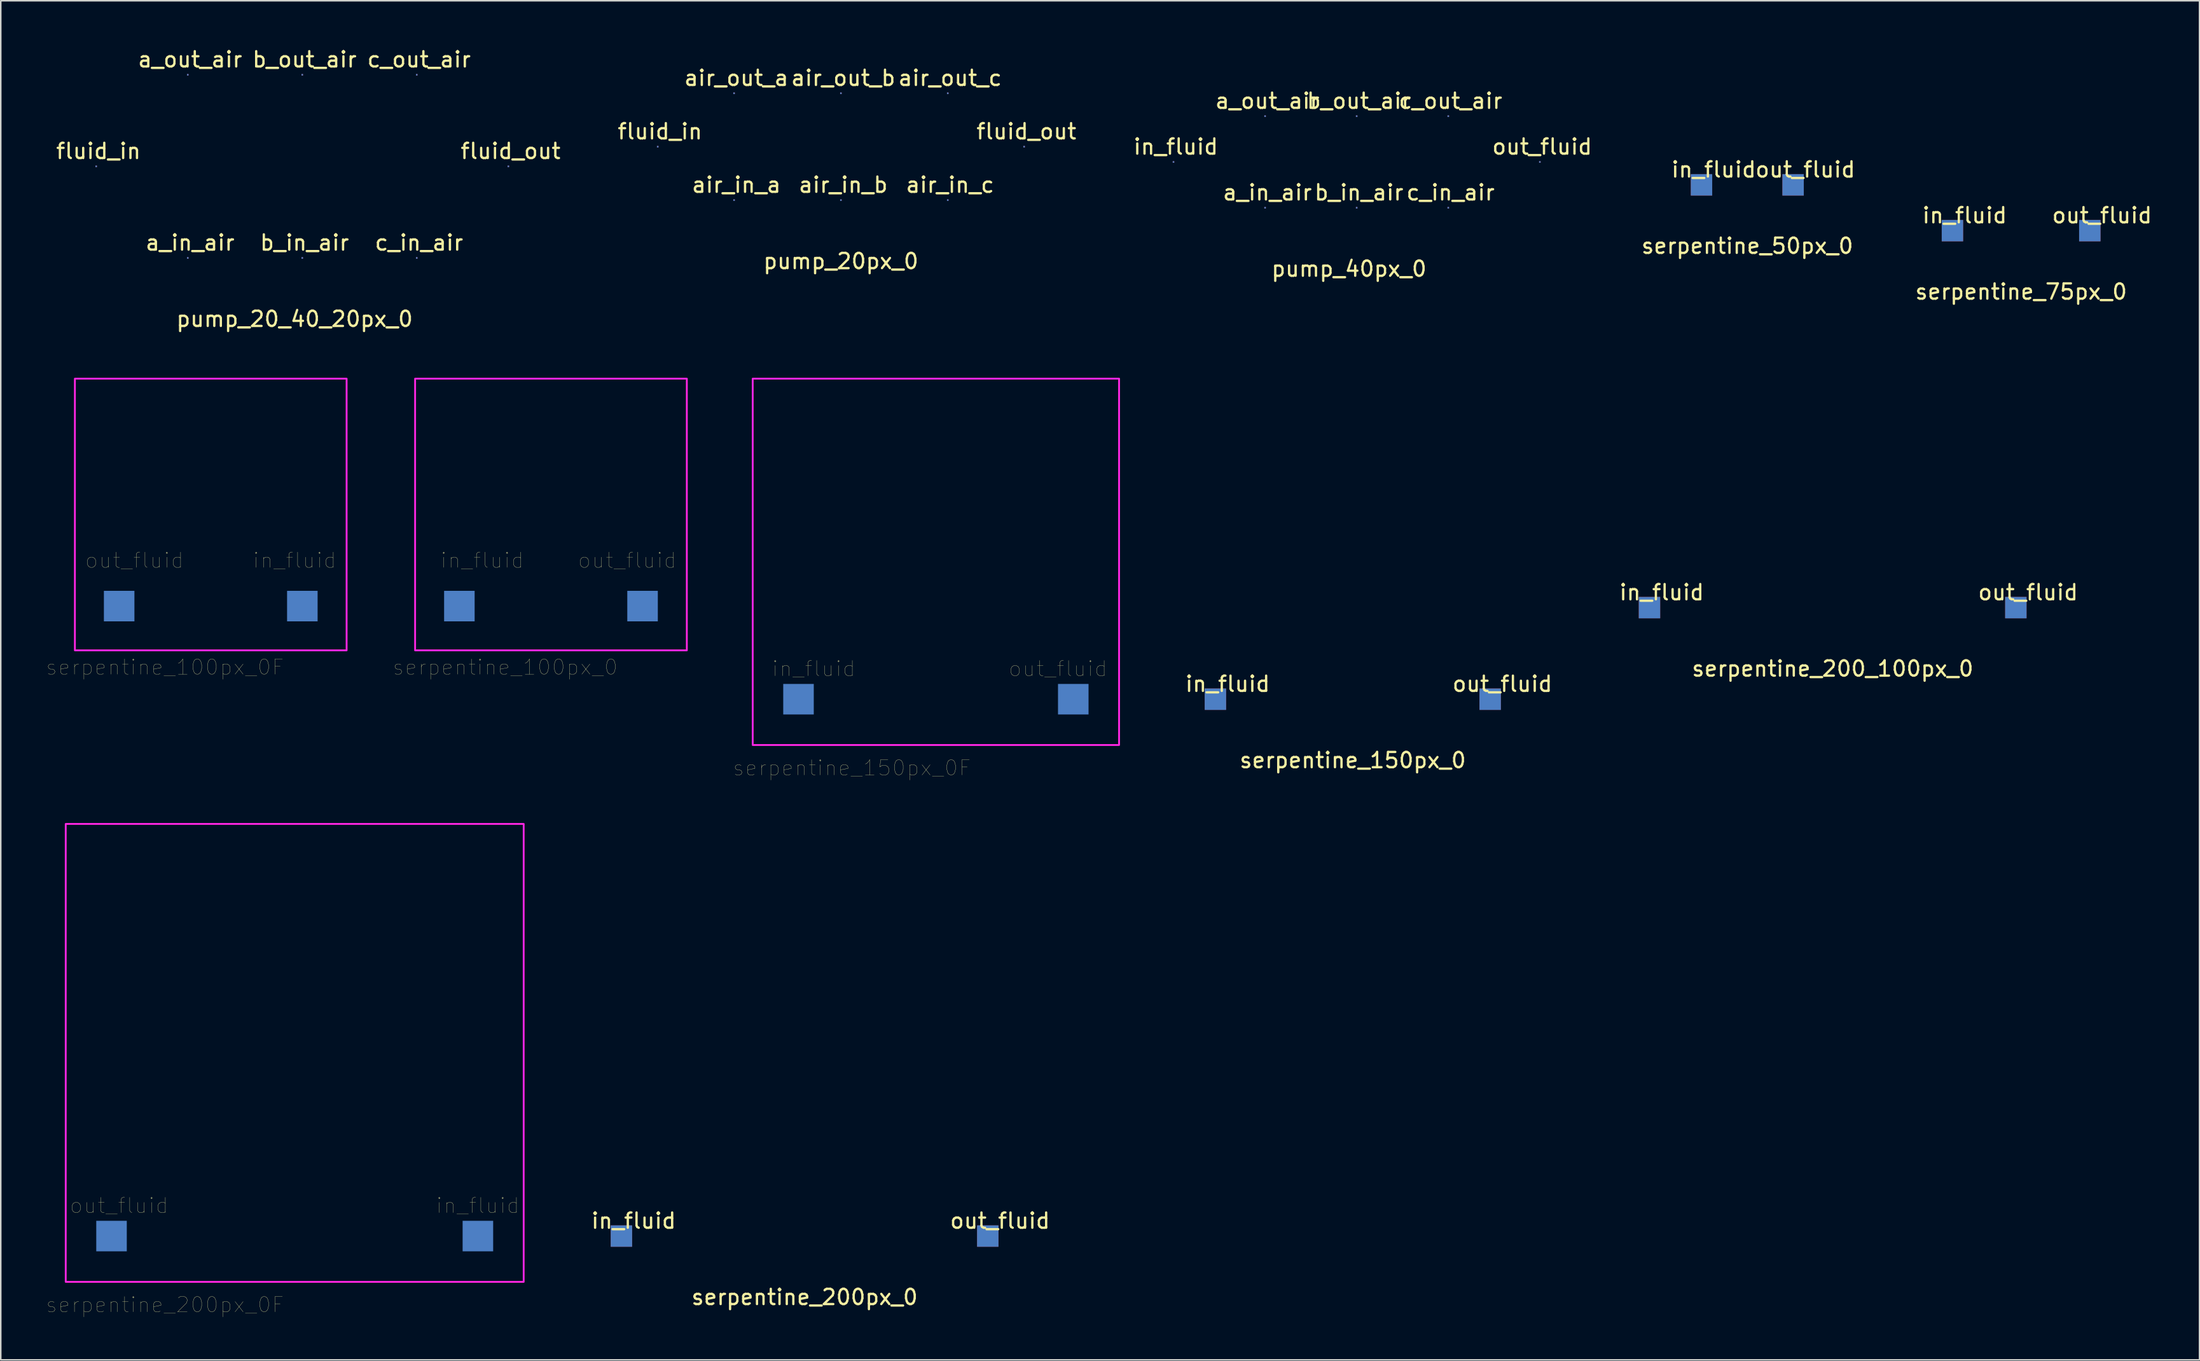
<source format=kicad_pcb>
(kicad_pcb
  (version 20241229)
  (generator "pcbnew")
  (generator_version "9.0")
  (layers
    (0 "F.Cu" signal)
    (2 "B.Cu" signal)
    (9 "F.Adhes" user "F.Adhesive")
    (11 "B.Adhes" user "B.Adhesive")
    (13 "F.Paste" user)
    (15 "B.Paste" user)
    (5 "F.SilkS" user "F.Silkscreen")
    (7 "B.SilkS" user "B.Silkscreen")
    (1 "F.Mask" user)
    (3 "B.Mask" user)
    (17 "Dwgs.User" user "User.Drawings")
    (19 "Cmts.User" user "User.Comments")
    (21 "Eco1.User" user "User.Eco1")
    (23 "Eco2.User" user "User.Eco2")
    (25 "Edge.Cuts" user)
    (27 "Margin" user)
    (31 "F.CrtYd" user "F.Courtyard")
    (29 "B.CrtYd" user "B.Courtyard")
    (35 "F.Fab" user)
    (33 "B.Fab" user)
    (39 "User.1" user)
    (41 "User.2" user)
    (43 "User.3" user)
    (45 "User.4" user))
  (footprint "serpentine_100px_0F"
    (layer "F.Cu")
    (at 1.756 39.657)
    (property "Reference" "serpentine_100px_0F" (at 6 1 0) (layer "F.SilkS") (effects (font (size 1 1) (thickness 0.015))))
    (attr through_hole)
    (fp_rect (start 0.1 -0.1) (end 17.9 -17.9) (stroke (width 0.12) (type solid)) (fill no) (layer "F.CrtYd"))
    (fp_text user "out_fluid" (at 4 -6 0) (layer "F.SilkS") (effects (font (size 1 1) (thickness 0.015))))
    (fp_text user "in_fluid" (at 14.5 -6 0) (layer "F.SilkS") (effects (font (size 1 1) (thickness 0.015))))
    (pad "1" smd rect (at 15 -3) (size 2 2) (layers "B.Cu"))
    (pad "2" smd rect (at 3 -3) (size 2 2) (layers "B.Cu"))
    (zone (net_name "") (layer "B.Cu") (hatch edge 0.1) (connect_pads) (min_thickness 0.254) (filled_areas_thickness no) (keepout (tracks not_allowed) (vias not_allowed) (pads not_allowed) (copperpour not_allowed) (footprints not_allowed)) (placement (enabled no)) (fill) (polygon (pts (xy 2.256 34.456) (xy 2.256 22.157) (xy 19.256 22.157) (xy 19.256 34.657)))))
  (footprint "serpentine_200px_0F"
    (layer "F.Cu")
    (at 1.256 80.928)
    (property "Reference" "serpentine_200px_0F" (at 6.5 1.5 0) (layer "F.SilkS") (effects (font (size 1 1) (thickness 0.015))))
    (attr through_hole)
    (fp_rect (start 30 0) (end 0 -30) (stroke (width 0.12) (type solid)) (fill no) (layer "F.CrtYd"))
    (fp_text user "in_fluid" (at 27 -5 0) (layer "F.SilkS") (effects (font (size 1 1) (thickness 0.015))))
    (fp_text user "out_fluid" (at 3.5 -5 0) (layer "F.SilkS") (effects (font (size 1 1) (thickness 0.015))))
    (pad "1" smd rect (at 27 -3) (size 2 2) (layers "B.Cu"))
    (pad "2" smd rect (at 3 -3) (size 2 2) (layers "B.Cu"))
    (zone (net_name "") (layer "B.Cu") (hatch edge 0.1) (connect_pads) (min_thickness 0.254) (filled_areas_thickness no) (keepout (tracks not_allowed) (vias not_allowed) (pads not_allowed) (copperpour not_allowed) (footprints not_allowed)) (placement (enabled no)) (fill) (polygon (pts (xy 31.345 74.644) (xy 31.408 51.083) (xy 1.081 50.981) (xy 1.256 74.628)))))
  (footprint "serpentine_150px_0"
    (layer "F.Cu")
    (at 73.569 45.757)
    (property "Reference" "serpentine_150px_0" (at 12 1 0) (layer "F.SilkS") (effects (font (size 1 1) (thickness 0.15))))
    (attr through_hole)
    (fp_rect (start 0 0) (end 24 -24) (stroke (width 0.12) (type solid)) (fill no) (layer "Margin"))
    (fp_text user "in_fluid" (at 3.8 -4 0) (layer "F.SilkS") (effects (font (size 1 1) (thickness 0.15))))
    (fp_text user "out_fluid" (at 21.8 -4 0) (layer "F.SilkS") (effects (font (size 1 1) (thickness 0.15))))
    (pad "0" thru_hole rect (at 3 -3) (size 1.4 1.4) (drill 0.000001) (layers "B.Cu"))
    (pad "1" thru_hole rect (at 21 -3) (size 1.4 1.4) (drill 0.000001) (layers "B.Cu"))
    (zone (net_name "") (layer "B.Cu") (hatch edge 0.1) (connect_pads) (min_thickness 0.254) (filled_areas_thickness no) (keepout (tracks not_allowed) (vias not_allowed) (pads not_allowed) (copperpour not_allowed) (footprints not_allowed)) (placement (enabled no)) (fill) (polygon (pts (xy 76.569 42.757) (xy 76.569 24.756) (xy 94.569 24.756) (xy 94.569 42.757)))))
  (footprint "serpentine_75px_0"
    (layer "F.Cu")
    (at 121.851 15.06)
    (property "Reference" "serpentine_75px_0" (at 7.5 1 0) (layer "F.SilkS") (effects (font (size 1 1) (thickness 0.15))))
    (attr through_hole)
    (fp_rect (start 0 0) (end 15 -15) (stroke (width 0.12) (type solid)) (fill no) (layer "Margin"))
    (fp_text user "out_fluid" (at 12.8 -4 0) (layer "F.SilkS") (effects (font (size 1 1) (thickness 0.15))))
    (fp_text user "in_fluid" (at 3.8 -4 0) (layer "F.SilkS") (effects (font (size 1 1) (thickness 0.15))))
    (pad "0" thru_hole rect (at 3 -3) (size 1.4 1.4) (drill 0.000001) (layers "B.Cu"))
    (pad "1" thru_hole rect (at 12 -3) (size 1.4 1.4) (drill 0.000001) (layers "B.Cu"))
    (zone (net_name "") (layer "B.Cu") (hatch edge 0.1) (connect_pads) (min_thickness 0.254) (filled_areas_thickness no) (keepout (tracks not_allowed) (vias not_allowed) (pads not_allowed) (copperpour not_allowed) (footprints not_allowed)) (placement (enabled no)) (fill) (polygon (pts (xy 124.851 12.06) (xy 124.851 3.06) (xy 133.851 3.06) (xy 133.851 12.06)))))
  (footprint "serpentine_50px_0"
    (layer "F.Cu")
    (at 105.414 12.06)
    (property "Reference" "serpentine_50px_0" (at 6 1 0) (layer "F.SilkS") (effects (font (size 1 1) (thickness 0.15))))
    (attr through_hole)
    (fp_rect (start 0 0) (end 12 -12) (stroke (width 0.12) (type solid)) (fill no) (layer "Margin"))
    (fp_text user "out_fluid" (at 9.8 -4 0) (layer "F.SilkS") (effects (font (size 1 1) (thickness 0.15))))
    (fp_text user "in_fluid" (at 3.8 -4 0) (layer "F.SilkS") (effects (font (size 1 1) (thickness 0.15))))
    (pad "0" thru_hole rect (at 3 -3) (size 1.4 1.4) (drill 0.000001) (layers "B.Cu"))
    (pad "1" thru_hole rect (at 9 -3) (size 1.4 1.4) (drill 0.000001) (layers "B.Cu"))
    (zone (net_name "") (layer "B.Cu") (hatch edge 0.1) (connect_pads) (min_thickness 0.254) (filled_areas_thickness no) (keepout (tracks not_allowed) (vias not_allowed) (pads not_allowed) (copperpour not_allowed) (footprints not_allowed)) (placement (enabled no)) (fill) (polygon (pts (xy 108.414 9.06) (xy 108.414 3.06) (xy 114.414 3.06) (xy 114.414 9.06)))))
  (footprint "pump_20px_0"
    (layer "F.Cu")
    (at 37.037 13.06)
    (property "Reference" "pump_20px_0" (at 15 1 0) (layer "F.SilkS") (effects (font (size 1 1) (thickness 0.15))))
    (attr through_hole)
    (fp_rect (start 0 0) (end 30 -13) (stroke (width 0.12) (type solid)) (fill no) (layer "Margin"))
    (fp_text user "fluid_out" (at 27.15 -7.5 0) (layer "F.SilkS") (effects (font (size 1 1) (thickness 0.15))))
    (fp_text user "air_in_a" (at 8.15 -4 0) (layer "F.SilkS") (effects (font (size 1 1) (thickness 0.15))))
    (fp_text user "air_in_c" (at 22.15 -4 0) (layer "F.SilkS") (effects (font (size 1 1) (thickness 0.15))))
    (fp_text user "fluid_in" (at 3.15 -7.5 0) (layer "F.SilkS") (effects (font (size 1 1) (thickness 0.15))))
    (fp_text user "air_in_b" (at 15.15 -4 0) (layer "F.SilkS") (effects (font (size 1 1) (thickness 0.15))))
    (fp_text user "air_out_b" (at 15.15 -11 0) (layer "F.SilkS") (effects (font (size 1 1) (thickness 0.15))))
    (fp_text user "air_out_a" (at 8.15 -11 0) (layer "F.SilkS") (effects (font (size 1 1) (thickness 0.15))))
    (fp_text user "air_out_c" (at 22.15 -11 0) (layer "F.SilkS") (effects (font (size 1 1) (thickness 0.15))))
    (pad "0" thru_hole rect (at 3 -6.5) (size 0.1 0.1) (drill 0.000001) (layers "B.Cu"))
    (pad "1" thru_hole rect (at 27 -6.5) (size 0.1 0.1) (drill 0.000001) (layers "B.Cu"))
    (pad "2" thru_hole rect (at 8 -10) (size 0.1 0.1) (drill 0.000001) (layers "In7.Cu"))
    (pad "3" thru_hole rect (at 15 -10) (size 0.1 0.1) (drill 0.000001) (layers "In7.Cu"))
    (pad "4" thru_hole rect (at 22 -10) (size 0.1 0.1) (drill 0.000001) (layers "In7.Cu"))
    (pad "5" thru_hole rect (at 8 -3) (size 0.1 0.1) (drill 0.000001) (layers "In7.Cu"))
    (pad "6" thru_hole rect (at 15 -3) (size 0.1 0.1) (drill 0.000001) (layers "In7.Cu"))
    (pad "7" thru_hole rect (at 22 -3) (size 0.1 0.1) (drill 0.000001) (layers "In7.Cu"))
    (zone (net_name "") (layer "B.Cu") (hatch edge 0.1) (connect_pads) (min_thickness 0.254) (filled_areas_thickness no) (keepout (tracks not_allowed) (vias not_allowed) (pads not_allowed) (copperpour not_allowed) (footprints not_allowed)) (placement (enabled no)) (fill) (polygon (pts (xy 40.037 10.06) (xy 40.037 3.06) (xy 64.037 3.06) (xy 64.037 10.06))))
    (zone (net_name "") (layer "In7.Cu") (hatch edge 0.1) (connect_pads) (min_thickness 0.254) (filled_areas_thickness no) (keepout (tracks not_allowed) (vias not_allowed) (pads not_allowed) (copperpour not_allowed) (footprints not_allowed)) (placement (enabled no)) (fill) (polygon (pts (xy 40.037 10.06) (xy 40.037 3.06) (xy 64.037 3.06) (xy 64.037 10.06))))
    (zone (net_name "") (layer "In8.Cu") (hatch edge 0.1) (connect_pads) (min_thickness 0.254) (filled_areas_thickness no) (keepout (tracks not_allowed) (vias not_allowed) (pads not_allowed) (copperpour not_allowed) (footprints not_allowed)) (placement (enabled no)) (fill) (polygon (pts (xy 40.037 10.06) (xy 40.037 3.06) (xy 64.037 3.06) (xy 64.037 10.06)))))
  (footprint "pump_20_40_20px_0"
    (layer "F.Cu")
    (at 0.25 16.848)
    (property "Reference" "pump_20_40_20px_0" (at 16 1 0) (layer "F.SilkS") (effects (font (size 1 1) (thickness 0.15))))
    (attr through_hole)
    (fp_rect (start 0 0) (end 32 -16.5) (stroke (width 0.12) (type solid)) (fill no) (layer "Margin"))
    (fp_text user "fluid_in" (at 3.15 -10 0) (layer "F.SilkS") (effects (font (size 1 1) (thickness 0.15))))
    (fp_text user "c_out_air" (at 24.15 -16 0) (layer "F.SilkS") (effects (font (size 1 1) (thickness 0.15))))
    (fp_text user "fluid_out" (at 30.15 -10 0) (layer "F.SilkS") (effects (font (size 1 1) (thickness 0.15))))
    (fp_text user "a_in_air" (at 9.15 -4 0) (layer "F.SilkS") (effects (font (size 1 1) (thickness 0.15))))
    (fp_text user "c_in_air" (at 24.15 -4 0) (layer "F.SilkS") (effects (font (size 1 1) (thickness 0.15))))
    (fp_text user "b_in_air" (at 16.65 -4 0) (layer "F.SilkS") (effects (font (size 1 1) (thickness 0.15))))
    (fp_text user "b_out_air" (at 16.65 -16 0) (layer "F.SilkS") (effects (font (size 1 1) (thickness 0.15))))
    (fp_text user "a_out_air" (at 9.15 -16 0) (layer "F.SilkS") (effects (font (size 1 1) (thickness 0.15))))
    (pad "0" thru_hole rect (at 3 -9) (size 0.1 0.1) (drill 0.000001) (layers "B.Cu"))
    (pad "1" thru_hole rect (at 30 -9) (size 0.1 0.1) (drill 0.000001) (layers "B.Cu"))
    (pad "2" thru_hole rect (at 9 -15) (size 0.1 0.1) (drill 0.000001) (layers "In7.Cu"))
    (pad "3" thru_hole rect (at 16.5 -15) (size 0.1 0.1) (drill 0.000001) (layers "In7.Cu"))
    (pad "4" thru_hole rect (at 24 -15) (size 0.1 0.1) (drill 0.000001) (layers "In7.Cu"))
    (pad "5" thru_hole rect (at 9 -3) (size 0.1 0.1) (drill 0.000001) (layers "In7.Cu"))
    (pad "6" thru_hole rect (at 16.5 -3) (size 0.1 0.1) (drill 0.000001) (layers "In7.Cu"))
    (pad "7" thru_hole rect (at 24 -3) (size 0.1 0.1) (drill 0.000001) (layers "In7.Cu"))
    (zone (net_name "") (layer "B.Cu") (hatch edge 0.1) (connect_pads) (min_thickness 0.254) (filled_areas_thickness no) (keepout (tracks not_allowed) (vias not_allowed) (pads not_allowed) (copperpour not_allowed) (footprints not_allowed)) (placement (enabled no)) (fill) (polygon (pts (xy 3.25 13.848) (xy 3.25 1.848) (xy 30.25 1.848) (xy 30.25 13.848))))
    (zone (net_name "") (layer "In7.Cu") (hatch edge 0.1) (connect_pads) (min_thickness 0.254) (filled_areas_thickness no) (keepout (tracks not_allowed) (vias not_allowed) (pads not_allowed) (copperpour not_allowed) (footprints not_allowed)) (placement (enabled no)) (fill) (polygon (pts (xy 3.25 13.848) (xy 3.25 1.848) (xy 30.25 1.848) (xy 30.25 13.848))))
    (zone (net_name "") (layer "In8.Cu") (hatch edge 0.1) (connect_pads) (min_thickness 0.254) (filled_areas_thickness no) (keepout (tracks not_allowed) (vias not_allowed) (pads not_allowed) (copperpour not_allowed) (footprints not_allowed)) (placement (enabled no)) (fill) (polygon (pts (xy 3.25 13.848) (xy 3.25 1.848) (xy 30.25 1.848) (xy 30.25 13.848)))))
  (footprint "pump_40px_0"
    (layer "F.Cu")
    (at 70.824 13.56)
    (property "Reference" "pump_40px_0" (at 14.5 1 0) (layer "F.SilkS") (effects (font (size 1 1) (thickness 0.15))))
    (attr through_hole)
    (fp_rect (start 0 0) (end 29 -13.5) (stroke (width 0.12) (type solid)) (fill no) (layer "Margin"))
    (fp_text user "in_fluid" (at 3.15 -7 0) (layer "F.SilkS") (effects (font (size 1 1) (thickness 0.15))))
    (fp_text user "out_fluid" (at 27.15 -7 0) (layer "F.SilkS") (effects (font (size 1 1) (thickness 0.15))))
    (fp_text user "c_in_air" (at 21.15 -4 0) (layer "F.SilkS") (effects (font (size 1 1) (thickness 0.15))))
    (fp_text user "b_in_air" (at 15.15 -4 0) (layer "F.SilkS") (effects (font (size 1 1) (thickness 0.15))))
    (fp_text user "a_in_air" (at 9.15 -4 0) (layer "F.SilkS") (effects (font (size 1 1) (thickness 0.15))))
    (fp_text user "a_out_air" (at 9.15 -10 0) (layer "F.SilkS") (effects (font (size 1 1) (thickness 0.15))))
    (fp_text user "c_out_air" (at 21.15 -10 0) (layer "F.SilkS") (effects (font (size 1 1) (thickness 0.15))))
    (fp_text user "b_out_air" (at 15.15 -10 0) (layer "F.SilkS") (effects (font (size 1 1) (thickness 0.15))))
    (pad "0" thru_hole rect (at 3 -6) (size 0.1 0.1) (drill 0.000001) (layers "B.Cu"))
    (pad "1" thru_hole rect (at 27 -6) (size 0.1 0.1) (drill 0.000001) (layers "B.Cu"))
    (pad "2" thru_hole rect (at 9 -3) (size 0.1 0.1) (drill 0.000001) (layers "In7.Cu"))
    (pad "3" thru_hole rect (at 9 -9) (size 0.1 0.1) (drill 0.000001) (layers "In7.Cu"))
    (pad "4" thru_hole rect (at 15 -3) (size 0.1 0.1) (drill 0.000001) (layers "In7.Cu"))
    (pad "5" thru_hole rect (at 15 -9) (size 0.1 0.1) (drill 0.000001) (layers "In7.Cu"))
    (pad "6" thru_hole rect (at 21 -3) (size 0.1 0.1) (drill 0.000001) (layers "In7.Cu"))
    (pad "7" thru_hole rect (at 21 -9) (size 0.1 0.1) (drill 0.000001) (layers "In7.Cu"))
    (zone (net_name "") (layer "B.Cu") (hatch edge 0.1) (connect_pads) (min_thickness 0.254) (filled_areas_thickness no) (keepout (tracks not_allowed) (vias not_allowed) (pads not_allowed) (copperpour not_allowed) (footprints not_allowed)) (placement (enabled no)) (fill) (polygon (pts (xy 73.824 10.56) (xy 73.824 4.56) (xy 97.824 4.56) (xy 97.824 10.56))))
    (zone (net_name "") (layer "In7.Cu") (hatch edge 0.1) (connect_pads) (min_thickness 0.254) (filled_areas_thickness no) (keepout (tracks not_allowed) (vias not_allowed) (pads not_allowed) (copperpour not_allowed) (footprints not_allowed)) (placement (enabled no)) (fill) (polygon (pts (xy 73.824 10.56) (xy 73.824 4.56) (xy 97.824 4.56) (xy 97.824 10.56))))
    (zone (net_name "") (layer "In8.Cu") (hatch edge 0.1) (connect_pads) (min_thickness 0.254) (filled_areas_thickness no) (keepout (tracks not_allowed) (vias not_allowed) (pads not_allowed) (copperpour not_allowed) (footprints not_allowed)) (placement (enabled no)) (fill) (polygon (pts (xy 73.824 10.56) (xy 73.824 4.56) (xy 97.824 4.56) (xy 97.824 10.56)))))
  (footprint "serpentine_150px_0F"
    (layer "F.Cu")
    (at 46.259 45.757)
    (property "Reference" "serpentine_150px_0F" (at 6.5 1.5 0) (layer "F.SilkS") (effects (font (size 1 1) (thickness 0.015))))
    (attr through_hole)
    (fp_rect (start 24 0) (end 0 -24) (stroke (width 0.12) (type solid)) (fill no) (layer "F.CrtYd"))
    (fp_text user "in_fluid" (at 4 -5 0) (layer "F.SilkS") (effects (font (size 1 1) (thickness 0.015))))
    (fp_text user "out_fluid" (at 20 -5 0) (layer "F.SilkS") (effects (font (size 1 1) (thickness 0.015))))
    (pad "1" smd rect (at 21 -3) (size 2 2) (layers "B.Cu"))
    (pad "2" smd rect (at 3 -3) (size 2 2) (layers "B.Cu"))
    (zone (net_name "") (layer "B.Cu") (hatch edge 0.1) (connect_pads) (min_thickness 0.254) (filled_areas_thickness no) (keepout (tracks not_allowed) (vias not_allowed) (pads not_allowed) (copperpour not_allowed) (footprints not_allowed)) (placement (enabled no)) (fill) (polygon (pts (xy 70.259 39.257) (xy 70.183 21.756) (xy 46.359 21.756) (xy 46.259 39.257)))))
  (footprint "serpentine_200_100px_0"
    (layer "F.Cu")
    (at 102.006 39.757)
    (property "Reference" "serpentine_200_100px_0" (at 15 1 0) (layer "F.SilkS") (effects (font (size 1 1) (thickness 0.15))))
    (attr through_hole)
    (fp_rect (start 0 0) (end 30 -18) (stroke (width 0.12) (type solid)) (fill no) (layer "Margin"))
    (fp_text user "out_fluid" (at 27.8 -4 0) (layer "F.SilkS") (effects (font (size 1 1) (thickness 0.15))))
    (fp_text user "in_fluid" (at 3.8 -4 0) (layer "F.SilkS") (effects (font (size 1 1) (thickness 0.15))))
    (pad "0" thru_hole rect (at 3 -3) (size 1.4 1.4) (drill 0.000001) (layers "B.Cu"))
    (pad "1" thru_hole rect (at 27 -3) (size 1.4 1.4) (drill 0.000001) (layers "B.Cu"))
    (zone (net_name "") (layer "B.Cu") (hatch edge 0.1) (connect_pads) (min_thickness 0.254) (filled_areas_thickness no) (keepout (tracks not_allowed) (vias not_allowed) (pads not_allowed) (copperpour not_allowed) (footprints not_allowed)) (placement (enabled no)) (fill) (polygon (pts (xy 105.006 36.757) (xy 105.006 24.756) (xy 129.006 24.756) (xy 129.006 36.757)))))
  (footprint "serpentine_100px_0"
    (layer "F.Cu")
    (at 24.043 39.657)
    (property "Reference" "serpentine_100px_0" (at 6 1 0) (layer "F.SilkS") (effects (font (size 1 1) (thickness 0.015))))
    (attr through_hole)
    (fp_rect (start 0.1 -0.1) (end 17.9 -17.9) (stroke (width 0.12) (type solid)) (fill no) (layer "F.CrtYd"))
    (fp_text user "out_fluid" (at 14 -6 0) (layer "F.SilkS") (effects (font (size 1 1) (thickness 0.015))))
    (fp_text user "in_fluid" (at 4.5 -6 0) (layer "F.SilkS") (effects (font (size 1 1) (thickness 0.015))))
    (pad "1" smd rect (at 3 -3) (size 2 2) (layers "B.Cu"))
    (pad "2" smd rect (at 15 -3) (size 2 2) (layers "B.Cu"))
    (zone (net_name "") (layer "B.Cu") (hatch edge 0.1) (connect_pads) (min_thickness 0.254) (filled_areas_thickness no) (keepout (tracks not_allowed) (vias not_allowed) (pads not_allowed) (copperpour not_allowed) (footprints not_allowed)) (placement (enabled no)) (fill) (polygon (pts (xy 24.543 34.456) (xy 24.543 22.157) (xy 41.543 22.157) (xy 41.543 34.657)))))
  (footprint "serpentine_200px_0"
    (layer "F.Cu")
    (at 34.658 80.928)
    (property "Reference" "serpentine_200px_0" (at 15 1 0) (layer "F.SilkS") (effects (font (size 1 1) (thickness 0.15))))
    (attr through_hole)
    (fp_rect (start 0 0) (end 30 -30) (stroke (width 0.12) (type solid)) (fill no) (layer "Margin"))
    (fp_text user "out_fluid" (at 27.8 -4 0) (layer "F.SilkS") (effects (font (size 1 1) (thickness 0.15))))
    (fp_text user "in_fluid" (at 3.8 -4 0) (layer "F.SilkS") (effects (font (size 1 1) (thickness 0.15))))
    (pad "0" thru_hole rect (at 3 -3) (size 1.4 1.4) (drill 0.000001) (layers "B.Cu"))
    (pad "1" thru_hole rect (at 27 -3) (size 1.4 1.4) (drill 0.000001) (layers "B.Cu"))
    (zone (net_name "") (layer "B.Cu") (hatch edge 0.1) (connect_pads) (min_thickness 0.254) (filled_areas_thickness no) (keepout (tracks not_allowed) (vias not_allowed) (pads not_allowed) (copperpour not_allowed) (footprints not_allowed)) (placement (enabled no)) (fill) (polygon (pts (xy 37.658 77.928) (xy 37.658 53.928) (xy 61.658 53.928) (xy 61.658 77.928)))))
  (gr_rect
    (start -3 -3)
    (end 141.038 86.039)
    (stroke (width 0.1) (type default))
    (fill no)
    (layer "Edge.Cuts")))
</source>
